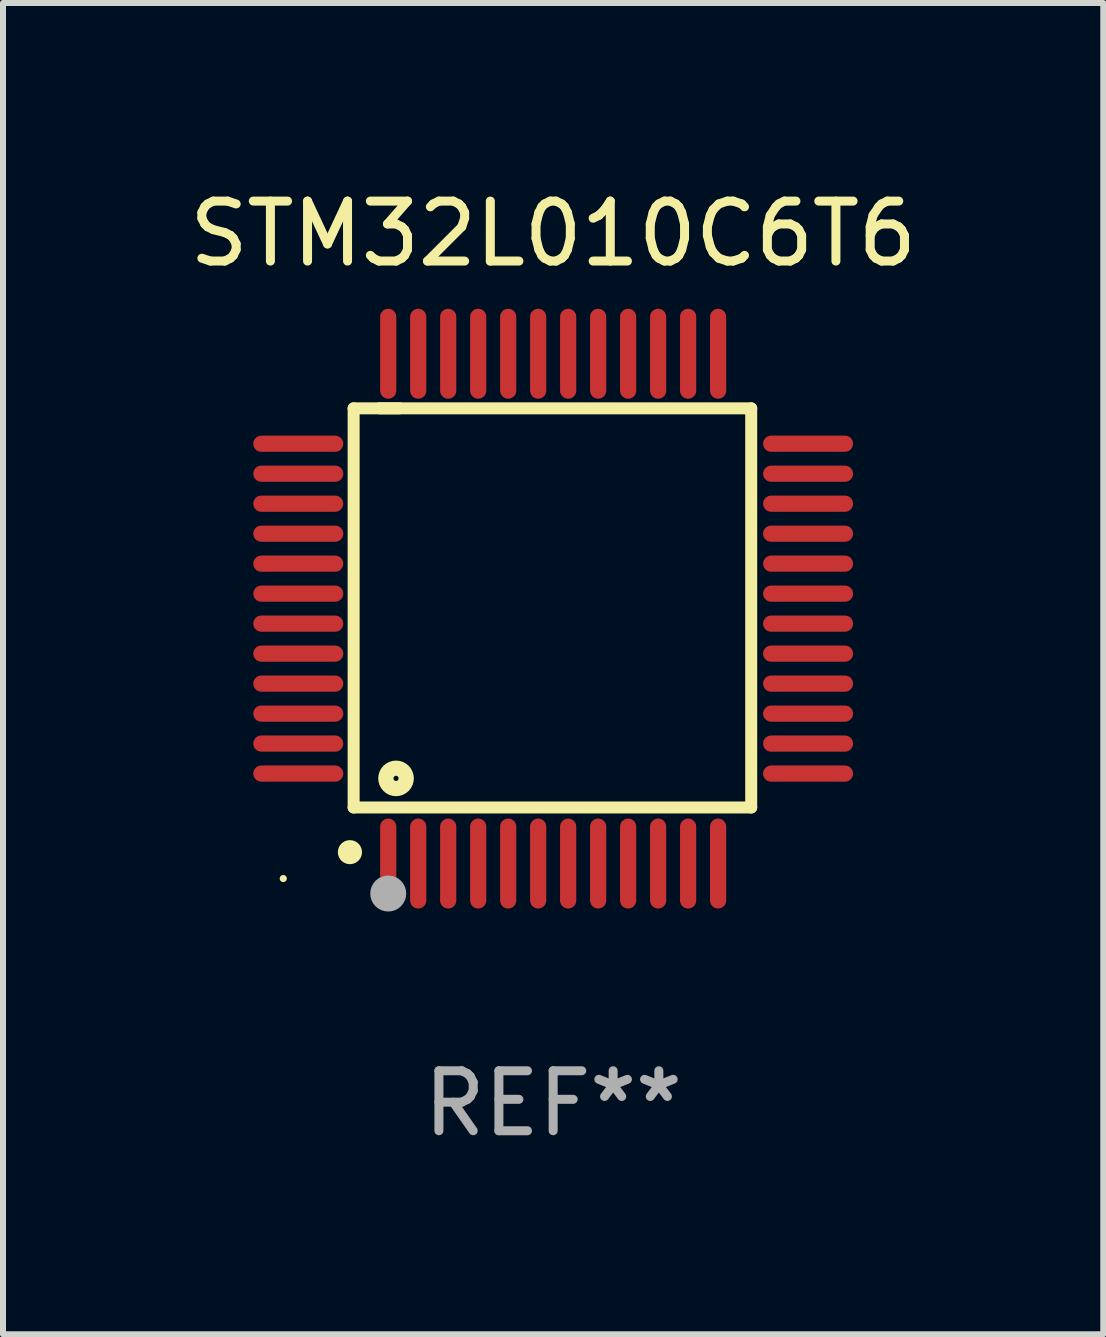
<source format=kicad_pcb>
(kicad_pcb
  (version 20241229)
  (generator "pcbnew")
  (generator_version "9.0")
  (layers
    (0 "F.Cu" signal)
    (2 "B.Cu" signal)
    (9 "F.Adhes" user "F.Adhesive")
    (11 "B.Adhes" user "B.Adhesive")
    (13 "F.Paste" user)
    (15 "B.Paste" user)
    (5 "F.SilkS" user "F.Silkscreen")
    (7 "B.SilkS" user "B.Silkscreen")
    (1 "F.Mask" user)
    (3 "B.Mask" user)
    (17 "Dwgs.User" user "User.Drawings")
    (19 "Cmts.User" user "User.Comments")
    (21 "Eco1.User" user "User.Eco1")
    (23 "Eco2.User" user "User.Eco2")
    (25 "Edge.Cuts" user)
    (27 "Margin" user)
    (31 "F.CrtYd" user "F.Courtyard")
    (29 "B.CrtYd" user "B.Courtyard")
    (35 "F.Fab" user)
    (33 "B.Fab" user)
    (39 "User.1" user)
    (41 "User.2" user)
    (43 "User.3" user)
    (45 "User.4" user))
  (footprint "STM32L010C6T6"
    (layer "F.Cu")
    (at 6.173 7.098)
    (property "Reference" "STM32L010C6T6" (at 0 -6.25 0) (layer "F.SilkS") (effects (font (size 1 1) (thickness 0.15))))
    (attr through_hole)
    (fp_line (start -3.327 -3.34) (end -2.565 -3.34) (stroke (width 0.2) (type solid)) (layer "F.SilkS"))
    (fp_line (start -3.327 3.315) (end -3.327 -3.34) (stroke (width 0.2) (type solid)) (layer "F.SilkS"))
    (fp_line (start -2.896 -3.34) (end 3.302 -3.34) (stroke (width 0.2) (type solid)) (layer "F.SilkS"))
    (fp_line (start 3.302 -3.34) (end 3.302 3.315) (stroke (width 0.2) (type solid)) (layer "F.SilkS"))
    (fp_line (start 3.302 3.315) (end -3.327 3.315) (stroke (width 0.2) (type solid)) (layer "F.SilkS"))
    (fp_arc (start -3.389992 4.059995) (mid -3.388722 4.059991) (end -3.387452 4.059995) (stroke (width 0.4) (type solid)) (layer "F.SilkS"))
    (fp_circle (center -4.5 4.5) (end -4.47 4.5) (stroke (width 0.06) (type solid)) (fill no) (layer "F.SilkS"))
    (fp_circle (center -2.62 2.83) (end -2.45 2.83) (stroke (width 0.254) (type solid)) (fill no) (layer "F.SilkS"))
    (fp_circle (center -2.75 4.75) (end -2.6 4.75) (stroke (width 0.3) (type solid)) (fill no) (layer "F.Fab"))
    (fp_text user "REF**" (at 0 8.25 0) (layer "F.Fab") (effects (font (size 1 1) (thickness 0.15))))
    (pad "1" smd oval (at -2.75 4.25) (size 0.27 1.5) (layers "F.Cu" "F.Mask" "F.Paste"))
    (pad "2" smd oval (at -2.25 4.25) (size 0.27 1.5) (layers "F.Cu" "F.Mask" "F.Paste"))
    (pad "3" smd oval (at -1.75 4.25) (size 0.27 1.5) (layers "F.Cu" "F.Mask" "F.Paste"))
    (pad "4" smd oval (at -1.25 4.25) (size 0.27 1.5) (layers "F.Cu" "F.Mask" "F.Paste"))
    (pad "5" smd oval (at -0.75 4.25) (size 0.27 1.5) (layers "F.Cu" "F.Mask" "F.Paste"))
    (pad "6" smd oval (at -0.25 4.25) (size 0.27 1.5) (layers "F.Cu" "F.Mask" "F.Paste"))
    (pad "7" smd oval (at 0.25 4.25) (size 0.27 1.5) (layers "F.Cu" "F.Mask" "F.Paste"))
    (pad "8" smd oval (at 0.75 4.25) (size 0.27 1.5) (layers "F.Cu" "F.Mask" "F.Paste"))
    (pad "9" smd oval (at 1.25 4.25) (size 0.27 1.5) (layers "F.Cu" "F.Mask" "F.Paste"))
    (pad "10" smd oval (at 1.75 4.25) (size 0.27 1.5) (layers "F.Cu" "F.Mask" "F.Paste"))
    (pad "11" smd oval (at 2.25 4.25) (size 0.27 1.5) (layers "F.Cu" "F.Mask" "F.Paste"))
    (pad "12" smd oval (at 2.75 4.25) (size 0.27 1.5) (layers "F.Cu" "F.Mask" "F.Paste"))
    (pad "13" smd oval (at 4.25 2.75) (size 1.5 0.27) (layers "F.Cu" "F.Mask" "F.Paste"))
    (pad "14" smd oval (at 4.25 2.25) (size 1.5 0.27) (layers "F.Cu" "F.Mask" "F.Paste"))
    (pad "15" smd oval (at 4.25 1.75) (size 1.5 0.27) (layers "F.Cu" "F.Mask" "F.Paste"))
    (pad "16" smd oval (at 4.25 1.25) (size 1.5 0.27) (layers "F.Cu" "F.Mask" "F.Paste"))
    (pad "17" smd oval (at 4.25 0.75) (size 1.5 0.27) (layers "F.Cu" "F.Mask" "F.Paste"))
    (pad "18" smd oval (at 4.25 0.25) (size 1.5 0.27) (layers "F.Cu" "F.Mask" "F.Paste"))
    (pad "19" smd oval (at 4.25 -0.25) (size 1.5 0.27) (layers "F.Cu" "F.Mask" "F.Paste"))
    (pad "20" smd oval (at 4.25 -0.75) (size 1.5 0.27) (layers "F.Cu" "F.Mask" "F.Paste"))
    (pad "21" smd oval (at 4.25 -1.25) (size 1.5 0.27) (layers "F.Cu" "F.Mask" "F.Paste"))
    (pad "22" smd oval (at 4.25 -1.75) (size 1.5 0.27) (layers "F.Cu" "F.Mask" "F.Paste"))
    (pad "23" smd oval (at 4.25 -2.25) (size 1.5 0.27) (layers "F.Cu" "F.Mask" "F.Paste"))
    (pad "24" smd oval (at 4.25 -2.75) (size 1.5 0.27) (layers "F.Cu" "F.Mask" "F.Paste"))
    (pad "25" smd oval (at 2.75 -4.25) (size 0.27 1.5) (layers "F.Cu" "F.Mask" "F.Paste"))
    (pad "26" smd oval (at 2.25 -4.25) (size 0.27 1.5) (layers "F.Cu" "F.Mask" "F.Paste"))
    (pad "27" smd oval (at 1.75 -4.25) (size 0.27 1.5) (layers "F.Cu" "F.Mask" "F.Paste"))
    (pad "28" smd oval (at 1.25 -4.25) (size 0.27 1.5) (layers "F.Cu" "F.Mask" "F.Paste"))
    (pad "29" smd oval (at 0.75 -4.25) (size 0.27 1.5) (layers "F.Cu" "F.Mask" "F.Paste"))
    (pad "30" smd oval (at 0.25 -4.25) (size 0.27 1.5) (layers "F.Cu" "F.Mask" "F.Paste"))
    (pad "31" smd oval (at -0.25 -4.25) (size 0.27 1.5) (layers "F.Cu" "F.Mask" "F.Paste"))
    (pad "32" smd oval (at -0.75 -4.25) (size 0.27 1.5) (layers "F.Cu" "F.Mask" "F.Paste"))
    (pad "33" smd oval (at -1.25 -4.25) (size 0.27 1.5) (layers "F.Cu" "F.Mask" "F.Paste"))
    (pad "34" smd oval (at -1.75 -4.25) (size 0.27 1.5) (layers "F.Cu" "F.Mask" "F.Paste"))
    (pad "35" smd oval (at -2.25 -4.25) (size 0.27 1.5) (layers "F.Cu" "F.Mask" "F.Paste"))
    (pad "36" smd oval (at -2.75 -4.25) (size 0.27 1.5) (layers "F.Cu" "F.Mask" "F.Paste"))
    (pad "37" smd oval (at -4.25 -2.75) (size 1.5 0.27) (layers "F.Cu" "F.Mask" "F.Paste"))
    (pad "38" smd oval (at -4.25 -2.25) (size 1.5 0.27) (layers "F.Cu" "F.Mask" "F.Paste"))
    (pad "39" smd oval (at -4.25 -1.75) (size 1.5 0.27) (layers "F.Cu" "F.Mask" "F.Paste"))
    (pad "40" smd oval (at -4.25 -1.25) (size 1.5 0.27) (layers "F.Cu" "F.Mask" "F.Paste"))
    (pad "41" smd oval (at -4.25 -0.75) (size 1.5 0.27) (layers "F.Cu" "F.Mask" "F.Paste"))
    (pad "42" smd oval (at -4.25 -0.25) (size 1.5 0.27) (layers "F.Cu" "F.Mask" "F.Paste"))
    (pad "43" smd oval (at -4.25 0.25) (size 1.5 0.27) (layers "F.Cu" "F.Mask" "F.Paste"))
    (pad "44" smd oval (at -4.25 0.75) (size 1.5 0.27) (layers "F.Cu" "F.Mask" "F.Paste"))
    (pad "45" smd oval (at -4.25 1.25) (size 1.5 0.27) (layers "F.Cu" "F.Mask" "F.Paste"))
    (pad "46" smd oval (at -4.25 1.75) (size 1.5 0.27) (layers "F.Cu" "F.Mask" "F.Paste"))
    (pad "47" smd oval (at -4.25 2.25) (size 1.5 0.27) (layers "F.Cu" "F.Mask" "F.Paste"))
    (pad "48" smd oval (at -4.25 2.75) (size 1.5 0.27) (layers "F.Cu" "F.Mask" "F.Paste")))
  (gr_rect
    (start -3 -3)
    (end 15.345 19.196)
    (stroke (width 0.1) (type default))
    (fill no)
    (layer "Edge.Cuts")))
</source>
